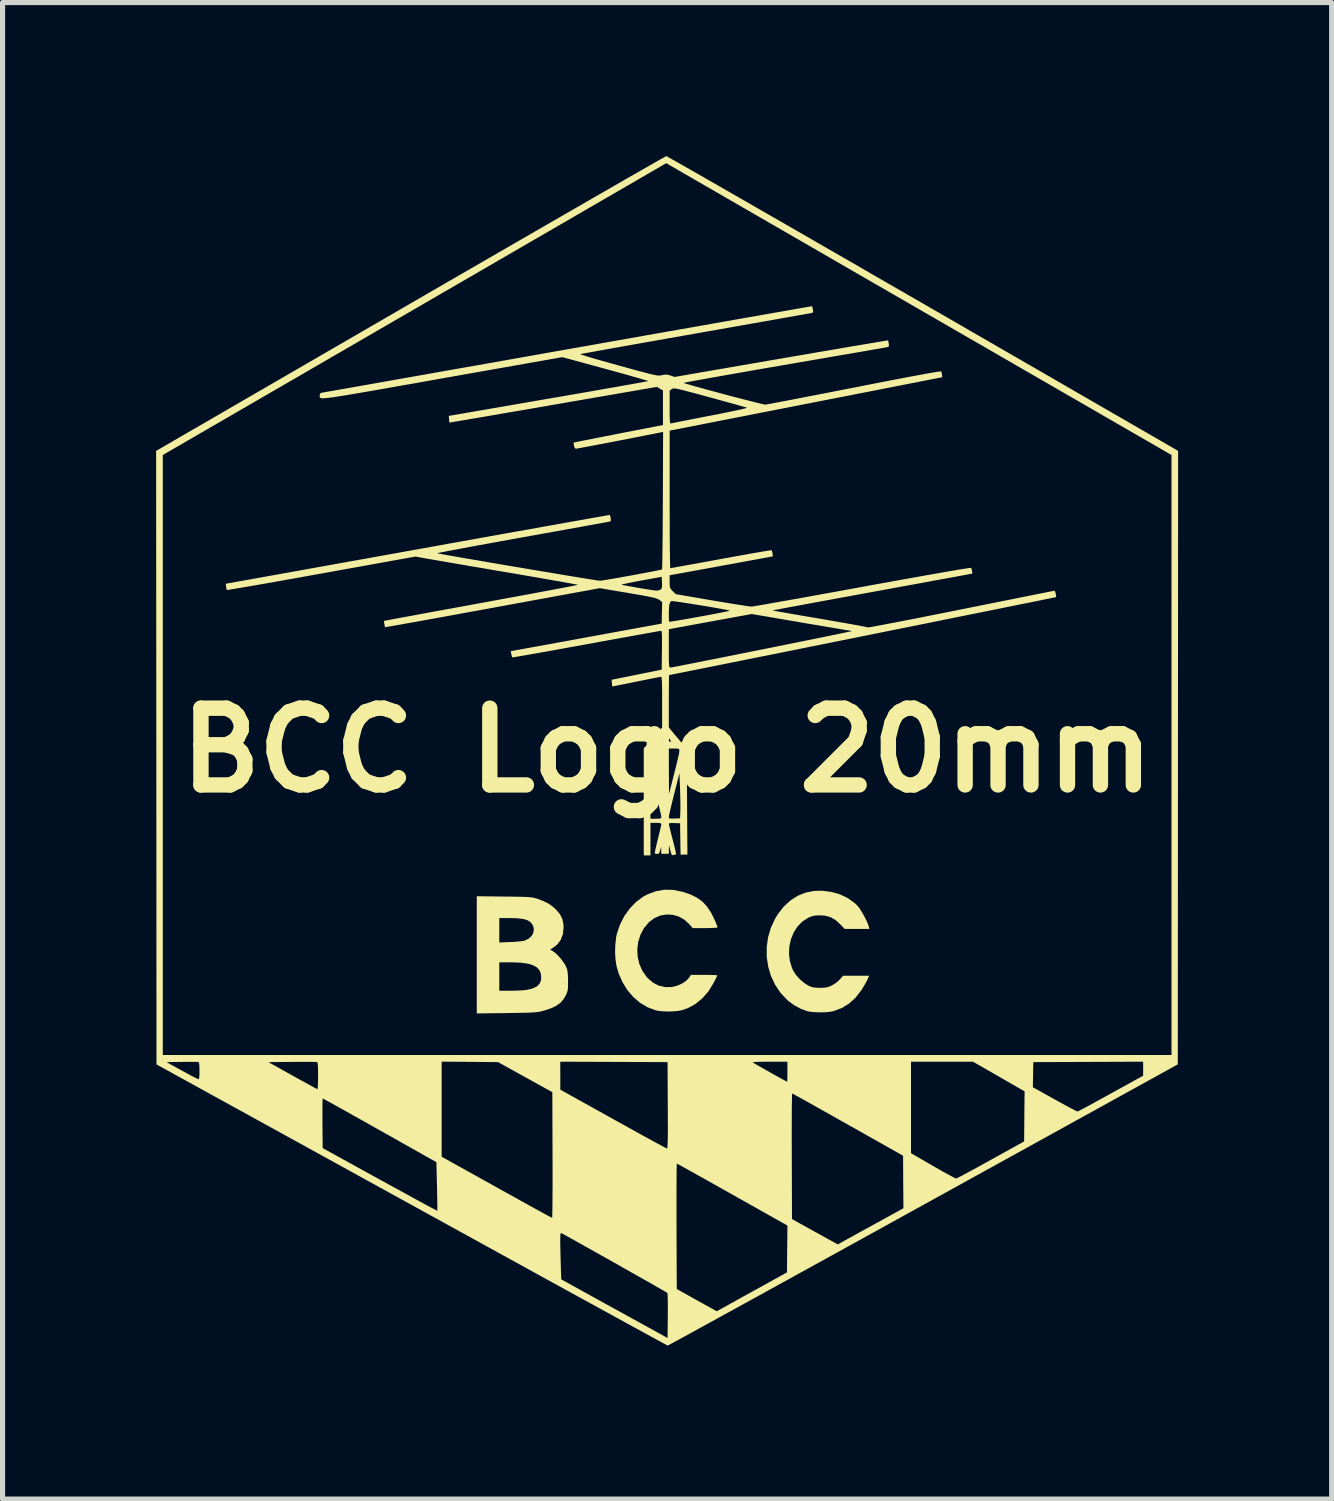
<source format=kicad_pcb>
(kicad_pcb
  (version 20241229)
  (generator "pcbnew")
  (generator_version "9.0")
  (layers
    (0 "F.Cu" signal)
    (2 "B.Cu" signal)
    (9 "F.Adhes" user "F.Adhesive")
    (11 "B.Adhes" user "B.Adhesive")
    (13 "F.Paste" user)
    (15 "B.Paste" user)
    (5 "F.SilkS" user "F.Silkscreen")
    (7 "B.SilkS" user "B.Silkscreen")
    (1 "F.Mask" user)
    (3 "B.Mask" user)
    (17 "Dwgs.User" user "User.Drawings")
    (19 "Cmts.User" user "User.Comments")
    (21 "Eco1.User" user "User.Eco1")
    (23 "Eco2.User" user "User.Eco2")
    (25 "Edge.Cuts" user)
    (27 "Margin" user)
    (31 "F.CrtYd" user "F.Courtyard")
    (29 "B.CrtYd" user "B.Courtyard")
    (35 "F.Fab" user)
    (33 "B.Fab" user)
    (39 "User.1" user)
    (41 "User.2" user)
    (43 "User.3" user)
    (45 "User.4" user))
  (footprint "BCC Logo 20mm"
    (layer "F.Cu")
    (at 9.983 11.606)
    (property "Reference" "BCC Logo 20mm" (at 0 0 0) (layer "F.SilkS") (effects (font (size 1.5 1.5) (thickness 0.3))))
    (attr board_only exclude_from_pos_files exclude_from_bom)
    (fp_poly (pts (xy 3.209 2.768) (xy 3.379 2.817) (xy 3.534 2.892) (xy 3.669 2.991) (xy 3.716 3.036) (xy 3.755 3.084) (xy 3.8 3.154) (xy 3.846 3.235) (xy 3.889 3.318) (xy 3.922 3.393) (xy 3.94 3.446) (xy 3.951 3.491) (xy 3.71 3.491) (xy 3.468 3.491) (xy 3.382 3.401) (xy 3.288 3.316) (xy 3.19 3.261) (xy 3.082 3.232) (xy 2.983 3.226) (xy 2.91 3.228) (xy 2.855 3.236) (xy 2.802 3.253) (xy 2.749 3.277) (xy 2.639 3.349) (xy 2.546 3.445) (xy 2.473 3.559) (xy 2.42 3.687) (xy 2.389 3.825) (xy 2.38 3.968) (xy 2.396 4.112) (xy 2.438 4.251) (xy 2.465 4.31) (xy 2.517 4.39) (xy 2.589 4.471) (xy 2.671 4.542) (xy 2.751 4.594) (xy 2.755 4.596) (xy 2.808 4.62) (xy 2.856 4.633) (xy 2.913 4.64) (xy 2.985 4.641) (xy 3.061 4.64) (xy 3.116 4.633) (xy 3.165 4.619) (xy 3.217 4.595) (xy 3.282 4.557) (xy 3.344 4.507) (xy 3.374 4.477) (xy 3.438 4.405) (xy 3.692 4.405) (xy 3.946 4.405) (xy 3.912 4.482) (xy 3.888 4.531) (xy 3.851 4.595) (xy 3.809 4.665) (xy 3.789 4.695) (xy 3.68 4.835) (xy 3.554 4.949) (xy 3.413 5.036) (xy 3.261 5.093) (xy 3.217 5.104) (xy 3.142 5.115) (xy 3.049 5.12) (xy 2.949 5.12) (xy 2.852 5.115) (xy 2.77 5.105) (xy 2.734 5.097) (xy 2.607 5.05) (xy 2.479 4.98) (xy 2.364 4.895) (xy 2.349 4.882) (xy 2.216 4.741) (xy 2.109 4.582) (xy 2.028 4.41) (xy 1.974 4.228) (xy 1.946 4.039) (xy 1.945 3.848) (xy 1.971 3.657) (xy 2.026 3.47) (xy 2.109 3.291) (xy 2.161 3.205) (xy 2.278 3.055) (xy 2.409 2.934) (xy 2.553 2.842) (xy 2.71 2.78) (xy 2.878 2.748) (xy 3.026 2.745)) (stroke (width 0) (type solid)) (fill yes) (layer "F.SilkS"))
    (fp_poly (pts (xy 0.12 2.729) (xy 0.298 2.765) (xy 0.304 2.766) (xy 0.458 2.819) (xy 0.585 2.882) (xy 0.691 2.959) (xy 0.78 3.056) (xy 0.859 3.176) (xy 0.905 3.266) (xy 0.938 3.337) (xy 0.963 3.397) (xy 0.98 3.441) (xy 0.985 3.462) (xy 0.985 3.462) (xy 0.966 3.467) (xy 0.922 3.47) (xy 0.856 3.473) (xy 0.776 3.475) (xy 0.737 3.475) (xy 0.498 3.475) (xy 0.431 3.397) (xy 0.335 3.309) (xy 0.226 3.249) (xy 0.108 3.215) (xy -0.014 3.209) (xy -0.135 3.23) (xy -0.249 3.279) (xy -0.353 3.357) (xy -0.357 3.361) (xy -0.452 3.474) (xy -0.521 3.603) (xy -0.565 3.743) (xy -0.583 3.888) (xy -0.576 4.034) (xy -0.543 4.176) (xy -0.484 4.309) (xy -0.4 4.429) (xy -0.368 4.463) (xy -0.27 4.545) (xy -0.166 4.598) (xy -0.048 4.625) (xy -0.024 4.628) (xy 0.083 4.626) (xy 0.19 4.602) (xy 0.29 4.559) (xy 0.375 4.502) (xy 0.432 4.438) (xy 0.465 4.388) (xy 0.722 4.388) (xy 0.809 4.389) (xy 0.884 4.391) (xy 0.94 4.393) (xy 0.973 4.396) (xy 0.979 4.399) (xy 0.972 4.416) (xy 0.953 4.457) (xy 0.925 4.512) (xy 0.901 4.557) (xy 0.804 4.715) (xy 0.687 4.848) (xy 0.554 4.956) (xy 0.408 5.037) (xy 0.282 5.08) (xy 0.198 5.095) (xy 0.095 5.103) (xy -0.016 5.104) (xy -0.121 5.098) (xy -0.209 5.085) (xy -0.226 5.08) (xy -0.382 5.022) (xy -0.528 4.935) (xy -0.659 4.823) (xy -0.775 4.688) (xy -0.871 4.534) (xy -0.946 4.365) (xy -0.989 4.217) (xy -1.009 4.086) (xy -1.017 3.94) (xy -1.012 3.791) (xy -0.996 3.652) (xy -0.981 3.581) (xy -0.92 3.403) (xy -0.835 3.238) (xy -0.729 3.09) (xy -0.606 2.963) (xy -0.467 2.86) (xy -0.383 2.815) (xy -0.22 2.754) (xy -0.053 2.725)) (stroke (width 0) (type solid)) (fill yes) (layer "F.SilkS"))
    (fp_poly (pts (xy -3.185 2.859) (xy -3.038 2.86) (xy -2.919 2.862) (xy -2.825 2.864) (xy -2.751 2.867) (xy -2.694 2.871) (xy -2.649 2.875) (xy -2.612 2.881) (xy -2.58 2.889) (xy -2.547 2.899) (xy -2.537 2.902) (xy -2.417 2.947) (xy -2.321 2.994) (xy -2.239 3.051) (xy -2.169 3.114) (xy -2.095 3.203) (xy -2.048 3.295) (xy -2.026 3.399) (xy -2.023 3.467) (xy -2.037 3.593) (xy -2.077 3.702) (xy -2.145 3.793) (xy -2.214 3.849) (xy -2.286 3.897) (xy -2.24 3.921) (xy -2.189 3.957) (xy -2.13 4.013) (xy -2.071 4.08) (xy -2.019 4.15) (xy -1.981 4.214) (xy -1.98 4.217) (xy -1.961 4.261) (xy -1.949 4.304) (xy -1.942 4.353) (xy -1.938 4.419) (xy -1.936 4.499) (xy -1.936 4.584) (xy -1.938 4.644) (xy -1.943 4.69) (xy -1.954 4.728) (xy -1.97 4.769) (xy -1.975 4.78) (xy -2.023 4.863) (xy -2.082 4.932) (xy -2.159 4.988) (xy -2.256 5.037) (xy -2.38 5.079) (xy -2.431 5.094) (xy -2.466 5.103) (xy -2.503 5.11) (xy -2.545 5.116) (xy -2.596 5.121) (xy -2.659 5.125) (xy -2.74 5.128) (xy -2.841 5.13) (xy -2.966 5.132) (xy -3.12 5.134) (xy -3.136 5.135) (xy -3.719 5.142) (xy -3.719 4.144) (xy -3.279 4.144) (xy -3.279 4.421) (xy -3.279 4.698) (xy -3.054 4.698) (xy -2.961 4.697) (xy -2.871 4.693) (xy -2.793 4.688) (xy -2.736 4.681) (xy -2.732 4.68) (xy -2.624 4.653) (xy -2.545 4.615) (xy -2.493 4.564) (xy -2.465 4.498) (xy -2.46 4.438) (xy -2.469 4.357) (xy -2.5 4.29) (xy -2.552 4.237) (xy -2.629 4.197) (xy -2.731 4.168) (xy -2.861 4.151) (xy -3.02 4.144) (xy -3.061 4.144) (xy -3.279 4.144) (xy -3.719 4.144) (xy -3.719 3.997) (xy -3.719 3.279) (xy -3.279 3.279) (xy -3.279 3.518) (xy -3.279 3.756) (xy -3.063 3.747) (xy -2.976 3.743) (xy -2.896 3.736) (xy -2.831 3.729) (xy -2.789 3.721) (xy -2.786 3.72) (xy -2.707 3.683) (xy -2.647 3.628) (xy -2.612 3.562) (xy -2.605 3.489) (xy -2.611 3.456) (xy -2.637 3.397) (xy -2.678 3.351) (xy -2.737 3.318) (xy -2.819 3.296) (xy -2.926 3.283) (xy -3.061 3.279) (xy -3.07 3.279) (xy -3.279 3.279) (xy -3.719 3.279) (xy -3.719 2.852)) (stroke (width 0) (type solid)) (fill yes) (layer "F.SilkS"))
    (fp_poly (pts (xy 0.000095 -11.598) (xy 0.043 -11.574) (xy 0.113 -11.535) (xy 0.208 -11.481) (xy 0.326 -11.414) (xy 0.468 -11.333) (xy 0.633 -11.239) (xy 0.818 -11.133) (xy 1.024 -11.015) (xy 1.248 -10.886) (xy 1.491 -10.747) (xy 1.751 -10.597) (xy 2.027 -10.439) (xy 2.318 -10.271) (xy 2.623 -10.096) (xy 2.941 -9.912) (xy 3.271 -9.722) (xy 3.612 -9.526) (xy 3.963 -9.323) (xy 4.323 -9.115) (xy 4.691 -8.903) (xy 4.997 -8.727) (xy 9.982 -5.848) (xy 9.979 0.144) (xy 9.976 6.137) (xy 5.002 8.884) (xy 4.627 9.091) (xy 4.259 9.294) (xy 3.899 9.493) (xy 3.549 9.686) (xy 3.209 9.874) (xy 2.88 10.055) (xy 2.564 10.229) (xy 2.261 10.396) (xy 1.973 10.555) (xy 1.7 10.705) (xy 1.444 10.846) (xy 1.206 10.977) (xy 0.985 11.098) (xy 0.785 11.208) (xy 0.605 11.307) (xy 0.447 11.394) (xy 0.312 11.468) (xy 0.2 11.529) (xy 0.113 11.576) (xy 0.052 11.609) (xy 0.018 11.627) (xy 0.01 11.63) (xy -0.005 11.622) (xy -0.048 11.599) (xy -0.118 11.562) (xy -0.213 11.51) (xy -0.332 11.445) (xy -0.475 11.366) (xy -0.641 11.276) (xy -0.827 11.174) (xy -1.034 11.06) (xy -1.261 10.936) (xy -1.505 10.801) (xy -1.767 10.658) (xy -2.045 10.505) (xy -2.339 10.344) (xy -2.646 10.175) (xy -2.967 9.998) (xy -3.3 9.815) (xy -3.643 9.626) (xy -3.804 9.537) (xy -2.088 9.537) (xy -2.088 9.607) (xy -2.087 9.702) (xy -2.084 9.825) (xy -2.083 9.878) (xy -2.08 9.996) (xy -2.077 10.103) (xy -2.074 10.195) (xy -2.071 10.267) (xy -2.069 10.316) (xy -2.067 10.337) (xy -2.067 10.337) (xy -2.052 10.346) (xy -2.011 10.369) (xy -1.945 10.405) (xy -1.858 10.453) (xy -1.752 10.512) (xy -1.628 10.581) (xy -1.489 10.657) (xy -1.338 10.741) (xy -1.176 10.83) (xy -1.027 10.912) (xy 0.008 11.482) (xy 0.013 11.048) (xy 0.013 10.932) (xy 0.013 10.827) (xy 0.012 10.737) (xy 0.01 10.666) (xy 0.007 10.62) (xy 0.004 10.602) (xy -0.012 10.592) (xy -0.053 10.567) (xy -0.118 10.53) (xy -0.203 10.482) (xy -0.305 10.423) (xy -0.422 10.357) (xy -0.551 10.284) (xy -0.689 10.206) (xy -0.834 10.124) (xy -0.982 10.04) (xy -1.131 9.956) (xy -1.279 9.873) (xy -1.421 9.793) (xy -1.557 9.717) (xy -1.682 9.647) (xy -1.794 9.584) (xy -1.891 9.53) (xy -1.969 9.487) (xy -2.026 9.455) (xy -2.06 9.437) (xy -2.067 9.434) (xy -2.075 9.433) (xy -2.081 9.44) (xy -2.085 9.457) (xy -2.087 9.488) (xy -2.088 9.537) (xy -3.804 9.537) (xy -3.997 9.431) (xy -4.36 9.231) (xy -4.731 9.027) (xy -4.992 8.883) (xy -8.18 7.127) (xy -6.734 7.127) (xy -6.734 7.246) (xy -6.734 7.288) (xy -6.729 7.773) (xy -5.612 8.388) (xy -5.436 8.485) (xy -5.268 8.576) (xy -5.111 8.662) (xy -4.967 8.741) (xy -4.838 8.812) (xy -4.726 8.873) (xy -4.633 8.923) (xy -4.561 8.961) (xy -4.513 8.986) (xy -4.491 8.997) (xy -4.49 8.998) (xy -4.489 8.981) (xy -4.489 8.935) (xy -4.49 8.866) (xy -4.491 8.775) (xy -4.493 8.669) (xy -4.495 8.551) (xy -4.496 8.52) (xy -4.508 8.048) (xy -5.613 7.425) (xy -5.787 7.327) (xy -5.954 7.233) (xy -6.11 7.146) (xy -6.253 7.065) (xy -6.382 6.994) (xy -6.494 6.931) (xy -6.586 6.88) (xy -6.657 6.841) (xy -6.705 6.815) (xy -6.727 6.803) (xy -6.728 6.803) (xy -6.73 6.818) (xy -6.732 6.863) (xy -6.734 6.931) (xy -6.734 7.021) (xy -6.734 7.127) (xy -8.18 7.127) (xy -9.976 6.138) (xy -9.976 6.093) (xy -9.78 6.093) (xy -9.478 6.26) (xy -9.387 6.309) (xy -9.306 6.353) (xy -9.237 6.389) (xy -9.187 6.414) (xy -9.159 6.426) (xy -9.156 6.427) (xy -9.146 6.417) (xy -9.14 6.386) (xy -9.136 6.328) (xy -9.136 6.264) (xy -9.137 6.181) (xy -9.142 6.127) (xy -9.15 6.099) (xy -9.156 6.093) (xy -7.789 6.093) (xy -7.316 6.357) (xy -7.203 6.42) (xy -7.098 6.478) (xy -7.006 6.529) (xy -6.93 6.57) (xy -6.874 6.601) (xy -6.84 6.618) (xy -6.831 6.622) (xy -6.827 6.607) (xy -6.824 6.565) (xy -6.821 6.501) (xy -6.819 6.421) (xy -6.819 6.362) (xy -6.82 6.256) (xy -6.822 6.18) (xy -6.826 6.13) (xy -6.832 6.101) (xy -6.84 6.092) (xy -6.861 6.09) (xy -6.91 6.089) (xy -6.983 6.088) (xy -7.076 6.088) (xy -7.185 6.088) (xy -7.304 6.089) (xy -7.325 6.089) (xy -7.789 6.093) (xy -9.156 6.093) (xy -9.156 6.092) (xy -9.179 6.09) (xy -9.228 6.088) (xy -9.299 6.088) (xy -9.386 6.088) (xy -9.479 6.089) (xy -9.78 6.093) (xy -9.976 6.093) (xy -9.976 6.084) (xy -4.405 6.084) (xy -4.405 7.013) (xy -4.405 7.941) (xy -3.332 8.538) (xy -3.16 8.634) (xy -2.996 8.725) (xy -2.842 8.811) (xy -2.701 8.888) (xy -2.575 8.958) (xy -2.466 9.018) (xy -2.377 9.067) (xy -2.309 9.103) (xy -2.265 9.127) (xy -2.247 9.135) (xy -2.247 9.136) (xy -2.245 9.12) (xy -2.244 9.074) (xy -2.242 9) (xy -2.241 8.904) (xy 0.183 8.904) (xy 0.183 9.09) (xy 0.183 9.286) (xy 0.183 9.3) (xy 0.188 10.525) (xy 0.578 10.743) (xy 0.969 10.96) (xy 1.068 10.905) (xy 1.104 10.885) (xy 1.165 10.852) (xy 1.247 10.806) (xy 1.346 10.751) (xy 1.459 10.688) (xy 1.583 10.62) (xy 1.713 10.548) (xy 1.754 10.526) (xy 2.341 10.201) (xy 2.345 9.744) (xy 2.35 9.286) (xy 1.275 8.681) (xy 1.102 8.584) (xy 0.938 8.492) (xy 0.785 8.405) (xy 0.644 8.327) (xy 0.518 8.256) (xy 0.409 8.196) (xy 0.32 8.146) (xy 0.252 8.108) (xy 0.208 8.085) (xy 0.19 8.075) (xy 0.19 8.075) (xy 0.188 8.091) (xy 0.187 8.137) (xy 0.185 8.211) (xy 0.184 8.309) (xy 0.184 8.43) (xy 0.183 8.572) (xy 0.183 8.73) (xy 0.183 8.904) (xy -2.241 8.904) (xy -2.241 8.901) (xy -2.24 8.78) (xy -2.239 8.639) (xy -2.238 8.48) (xy -2.238 8.306) (xy -2.238 8.12) (xy -2.239 7.924) (xy -2.239 7.908) (xy -2.243 6.68) (xy -2.773 6.387) (xy -3.303 6.093) (xy -3.854 6.088) (xy -4.288 6.085) (xy -2.088 6.085) (xy -2.087 6.358) (xy -2.087 6.631) (xy -1.056 7.205) (xy -0.886 7.299) (xy -0.725 7.388) (xy -0.575 7.472) (xy -0.437 7.548) (xy -0.314 7.615) (xy -0.208 7.673) (xy -0.122 7.719) (xy -0.057 7.754) (xy -0.017 7.774) (xy -0.004 7.78) (xy 0.001 7.774) (xy 0.005 7.755) (xy 0.008 7.72) (xy 0.01 7.666) (xy 0.012 7.593) (xy 0.013 7.534) (xy 2.434 7.534) (xy 2.434 7.72) (xy 2.435 7.916) (xy 2.435 7.932) (xy 2.439 9.159) (xy 2.886 9.407) (xy 3.334 9.654) (xy 3.433 9.599) (xy 3.47 9.578) (xy 3.531 9.544) (xy 3.614 9.499) (xy 3.713 9.444) (xy 3.825 9.382) (xy 3.947 9.316) (xy 4.073 9.246) (xy 4.074 9.246) (xy 4.616 8.948) (xy 4.612 8.435) (xy 4.609 7.922) (xy 3.532 7.314) (xy 3.359 7.217) (xy 3.195 7.124) (xy 3.041 7.038) (xy 2.9 6.959) (xy 2.774 6.888) (xy 2.665 6.827) (xy 2.575 6.777) (xy 2.507 6.74) (xy 2.462 6.715) (xy 2.443 6.706) (xy 2.443 6.706) (xy 2.441 6.721) (xy 2.439 6.767) (xy 2.438 6.841) (xy 2.436 6.939) (xy 2.435 7.06) (xy 2.435 7.202) (xy 2.434 7.36) (xy 2.434 7.534) (xy 0.013 7.534) (xy 0.013 7.496) (xy 0.014 7.375) (xy 0.013 7.227) (xy 0.013 7.05) (xy 0.012 6.937) (xy 0.008 6.099) (xy 1.673 6.099) (xy 1.673 6.1) (xy 1.69 6.11) (xy 1.73 6.134) (xy 1.789 6.168) (xy 1.861 6.209) (xy 1.942 6.254) (xy 2.027 6.302) (xy 2.11 6.349) (xy 2.188 6.392) (xy 2.256 6.429) (xy 2.307 6.457) (xy 2.338 6.473) (xy 2.345 6.476) (xy 2.347 6.461) (xy 2.348 6.42) (xy 2.349 6.358) (xy 2.349 6.283) (xy 2.349 6.281) (xy 2.349 6.085) (xy 4.764 6.085) (xy 4.764 6.979) (xy 4.764 7.872) (xy 5.192 8.12) (xy 5.3 8.182) (xy 5.399 8.238) (xy 5.487 8.286) (xy 5.559 8.325) (xy 5.611 8.352) (xy 5.64 8.366) (xy 5.644 8.367) (xy 5.663 8.359) (xy 5.708 8.337) (xy 5.775 8.302) (xy 5.861 8.256) (xy 5.965 8.2) (xy 6.081 8.137) (xy 6.209 8.066) (xy 6.321 8.004) (xy 6.974 7.642) (xy 6.978 7.153) (xy 6.983 6.664) (xy 6.843 6.584) (xy 7.144 6.584) (xy 7.573 6.822) (xy 7.681 6.882) (xy 7.78 6.936) (xy 7.867 6.983) (xy 7.938 7.02) (xy 7.988 7.045) (xy 8.015 7.057) (xy 8.019 7.058) (xy 8.036 7.05) (xy 8.079 7.027) (xy 8.145 6.993) (xy 8.23 6.947) (xy 8.332 6.891) (xy 8.447 6.828) (xy 8.573 6.759) (xy 8.667 6.707) (xy 9.299 6.359) (xy 9.299 6.222) (xy 9.299 6.085) (xy 8.226 6.089) (xy 7.153 6.093) (xy 7.149 6.338) (xy 7.144 6.584) (xy 6.843 6.584) (xy 6.479 6.374) (xy 5.975 6.085) (xy 5.369 6.085) (xy 4.764 6.085) (xy 2.349 6.085) (xy 2.003 6.085) (xy 1.89 6.086) (xy 1.797 6.087) (xy 1.728 6.09) (xy 1.686 6.094) (xy 1.673 6.099) (xy 0.008 6.099) (xy 0.008 6.093) (xy -1.04 6.089) (xy -2.088 6.085) (xy -4.288 6.085) (xy -4.405 6.084) (xy -9.976 6.084) (xy -9.976 5.954) (xy -9.853 5.954) (xy 0 5.954) (xy 9.853 5.954) (xy 9.853 0.094) (xy 9.853 -5.767) (xy 4.917 -8.617) (xy -0.018 -11.468) (xy -4.936 -8.617) (xy -9.853 -5.767) (xy -9.853 0.094) (xy -9.853 5.954) (xy -9.976 5.954) (xy -9.979 0.145) (xy -9.983 -5.848) (xy -5.013 -8.728) (xy -4.64 -8.944) (xy -4.274 -9.156) (xy -3.916 -9.363) (xy -3.568 -9.564) (xy -3.229 -9.76) (xy -2.902 -9.949) (xy -2.587 -10.131) (xy -2.285 -10.305) (xy -1.998 -10.471) (xy -1.725 -10.628) (xy -1.469 -10.776) (xy -1.23 -10.913) (xy -1.01 -11.04) (xy -0.809 -11.156) (xy -0.628 -11.259) (xy -0.468 -11.351) (xy -0.331 -11.429) (xy -0.217 -11.494) (xy -0.128 -11.545) (xy -0.064 -11.58) (xy -0.026 -11.601) (xy -0.016 -11.606)) (stroke (width 0) (type solid)) (fill yes) (layer "F.SilkS"))
    (fp_poly (pts (xy 2.837 -8.657) (xy 2.845 -8.621) (xy 2.847 -8.61) (xy 2.852 -8.57) (xy 2.845 -8.55) (xy 2.82 -8.541) (xy 2.82 -8.541) (xy 2.799 -8.537) (xy 2.749 -8.528) (xy 2.67 -8.514) (xy 2.564 -8.495) (xy 2.434 -8.472) (xy 2.281 -8.445) (xy 2.107 -8.414) (xy 1.914 -8.38) (xy 1.704 -8.343) (xy 1.478 -8.303) (xy 1.239 -8.261) (xy 0.989 -8.216) (xy 0.729 -8.171) (xy 0.555 -8.14) (xy 0.289 -8.093) (xy 0.033 -8.048) (xy -0.213 -8.004) (xy -0.447 -7.963) (xy -0.666 -7.924) (xy -0.87 -7.888) (xy -1.055 -7.855) (xy -1.221 -7.825) (xy -1.365 -7.799) (xy -1.486 -7.777) (xy -1.581 -7.76) (xy -1.649 -7.748) (xy -1.688 -7.74) (xy -1.697 -7.738) (xy -1.686 -7.732) (xy -1.647 -7.719) (xy -1.583 -7.698) (xy -1.495 -7.672) (xy -1.388 -7.64) (xy -1.264 -7.605) (xy -1.125 -7.566) (xy -0.975 -7.524) (xy -0.954 -7.518) (xy -0.779 -7.47) (xy -0.633 -7.43) (xy -0.512 -7.397) (xy -0.414 -7.371) (xy -0.336 -7.351) (xy -0.275 -7.337) (xy -0.227 -7.327) (xy -0.191 -7.321) (xy -0.164 -7.319) (xy -0.141 -7.32) (xy -0.121 -7.323) (xy -0.101 -7.327) (xy -0.1 -7.327) (xy -0.041 -7.338) (xy 0.004 -7.337) (xy 0.055 -7.323) (xy 0.066 -7.32) (xy 0.144 -7.292) (xy 2.227 -7.652) (xy 2.483 -7.696) (xy 2.73 -7.738) (xy 2.967 -7.779) (xy 3.19 -7.817) (xy 3.399 -7.853) (xy 3.591 -7.886) (xy 3.765 -7.915) (xy 3.918 -7.941) (xy 4.05 -7.963) (xy 4.157 -7.981) (xy 4.238 -7.995) (xy 4.291 -8.003) (xy 4.314 -8.006) (xy 4.315 -8.006) (xy 4.32 -7.989) (xy 4.328 -7.952) (xy 4.329 -7.942) (xy 4.334 -7.902) (xy 4.326 -7.883) (xy 4.303 -7.875) (xy 4.283 -7.871) (xy 4.232 -7.862) (xy 4.153 -7.848) (xy 4.048 -7.83) (xy 3.919 -7.807) (xy 3.767 -7.781) (xy 3.596 -7.751) (xy 3.406 -7.719) (xy 3.2 -7.683) (xy 2.979 -7.645) (xy 2.747 -7.605) (xy 2.504 -7.563) (xy 2.289 -7.526) (xy 2.04 -7.483) (xy 1.8 -7.442) (xy 1.571 -7.402) (xy 1.356 -7.364) (xy 1.155 -7.329) (xy 0.972 -7.296) (xy 0.807 -7.267) (xy 0.663 -7.241) (xy 0.542 -7.219) (xy 0.446 -7.201) (xy 0.376 -7.188) (xy 0.334 -7.179) (xy 0.323 -7.176) (xy 0.342 -7.168) (xy 0.39 -7.154) (xy 0.461 -7.133) (xy 0.553 -7.107) (xy 0.662 -7.077) (xy 0.783 -7.043) (xy 0.914 -7.008) (xy 1.051 -6.971) (xy 1.189 -6.934) (xy 1.326 -6.898) (xy 1.457 -6.864) (xy 1.579 -6.833) (xy 1.687 -6.805) (xy 1.779 -6.782) (xy 1.851 -6.765) (xy 1.898 -6.754) (xy 1.917 -6.751) (xy 1.939 -6.755) (xy 1.992 -6.764) (xy 2.071 -6.779) (xy 2.177 -6.799) (xy 2.306 -6.823) (xy 2.456 -6.852) (xy 2.625 -6.885) (xy 2.81 -6.921) (xy 3.011 -6.96) (xy 3.224 -7.001) (xy 3.447 -7.045) (xy 3.654 -7.085) (xy 3.962 -7.146) (xy 4.238 -7.2) (xy 4.483 -7.247) (xy 4.697 -7.288) (xy 4.881 -7.322) (xy 5.033 -7.35) (xy 5.156 -7.372) (xy 5.249 -7.388) (xy 5.312 -7.397) (xy 5.347 -7.4) (xy 5.353 -7.4) (xy 5.363 -7.371) (xy 5.37 -7.334) (xy 5.375 -7.287) (xy 3.32 -6.884) (xy 3.052 -6.832) (xy 2.785 -6.779) (xy 2.521 -6.728) (xy 2.263 -6.677) (xy 2.012 -6.628) (xy 1.773 -6.581) (xy 1.548 -6.537) (xy 1.339 -6.496) (xy 1.149 -6.459) (xy 0.981 -6.426) (xy 0.838 -6.398) (xy 0.722 -6.375) (xy 0.657 -6.362) (xy 0.049 -6.244) (xy 0.049 -4.9) (xy 0.049 -4.694) (xy 0.05 -4.497) (xy 0.05 -4.313) (xy 0.051 -4.143) (xy 0.052 -3.989) (xy 0.054 -3.856) (xy 0.055 -3.743) (xy 0.057 -3.655) (xy 0.059 -3.594) (xy 0.06 -3.561) (xy 0.061 -3.556) (xy 0.079 -3.559) (xy 0.126 -3.567) (xy 0.2 -3.581) (xy 0.297 -3.598) (xy 0.416 -3.62) (xy 0.552 -3.644) (xy 0.703 -3.672) (xy 0.867 -3.702) (xy 1.041 -3.734) (xy 1.05 -3.736) (xy 1.224 -3.767) (xy 1.389 -3.797) (xy 1.541 -3.824) (xy 1.678 -3.849) (xy 1.798 -3.869) (xy 1.896 -3.886) (xy 1.971 -3.898) (xy 2.02 -3.905) (xy 2.039 -3.907) (xy 2.039 -3.907) (xy 2.05 -3.887) (xy 2.058 -3.848) (xy 2.058 -3.843) (xy 2.065 -3.787) (xy 1.893 -3.755) (xy 1.843 -3.746) (xy 1.765 -3.731) (xy 1.662 -3.713) (xy 1.539 -3.69) (xy 1.399 -3.664) (xy 1.246 -3.636) (xy 1.084 -3.607) (xy 0.917 -3.576) (xy 0.885 -3.57) (xy 0.049 -3.418) (xy 0.049 -3.293) (xy 0.05 -3.229) (xy 0.054 -3.187) (xy 0.066 -3.158) (xy 0.087 -3.13) (xy 0.109 -3.108) (xy 0.168 -3.049) (xy 0.879 -2.927) (xy 1.03 -2.902) (xy 1.172 -2.878) (xy 1.302 -2.857) (xy 1.417 -2.839) (xy 1.513 -2.824) (xy 1.586 -2.813) (xy 1.633 -2.807) (xy 1.648 -2.806) (xy 1.67 -2.809) (xy 1.723 -2.817) (xy 1.805 -2.831) (xy 1.912 -2.849) (xy 2.044 -2.873) (xy 2.198 -2.9) (xy 2.372 -2.931) (xy 2.566 -2.965) (xy 2.775 -3.003) (xy 2.999 -3.044) (xy 3.236 -3.086) (xy 3.484 -3.132) (xy 3.74 -3.178) (xy 3.814 -3.192) (xy 4.103 -3.245) (xy 4.377 -3.294) (xy 4.633 -3.341) (xy 4.871 -3.383) (xy 5.088 -3.422) (xy 5.284 -3.456) (xy 5.457 -3.487) (xy 5.605 -3.512) (xy 5.728 -3.533) (xy 5.824 -3.548) (xy 5.892 -3.558) (xy 5.93 -3.563) (xy 5.937 -3.563) (xy 5.949 -3.537) (xy 5.957 -3.499) (xy 5.963 -3.451) (xy 5.555 -3.375) (xy 5.478 -3.361) (xy 5.373 -3.342) (xy 5.241 -3.318) (xy 5.087 -3.289) (xy 4.913 -3.257) (xy 4.721 -3.222) (xy 4.516 -3.185) (xy 4.3 -3.145) (xy 4.076 -3.104) (xy 3.847 -3.062) (xy 3.616 -3.02) (xy 3.602 -3.017) (xy 3.382 -2.977) (xy 3.172 -2.938) (xy 2.973 -2.902) (xy 2.788 -2.868) (xy 2.619 -2.836) (xy 2.469 -2.808) (xy 2.338 -2.784) (xy 2.23 -2.764) (xy 2.147 -2.748) (xy 2.09 -2.737) (xy 2.063 -2.731) (xy 2.061 -2.73) (xy 2.077 -2.727) (xy 2.123 -2.718) (xy 2.195 -2.705) (xy 2.291 -2.689) (xy 2.407 -2.668) (xy 2.541 -2.645) (xy 2.691 -2.619) (xy 2.852 -2.592) (xy 2.986 -2.569) (xy 3.155 -2.54) (xy 3.315 -2.512) (xy 3.462 -2.486) (xy 3.594 -2.463) (xy 3.707 -2.442) (xy 3.8 -2.425) (xy 3.868 -2.412) (xy 3.909 -2.403) (xy 3.92 -2.399) (xy 3.938 -2.401) (xy 3.985 -2.408) (xy 4.06 -2.422) (xy 4.161 -2.44) (xy 4.286 -2.464) (xy 4.433 -2.492) (xy 4.6 -2.524) (xy 4.784 -2.56) (xy 4.984 -2.599) (xy 5.198 -2.642) (xy 5.424 -2.687) (xy 5.659 -2.734) (xy 5.745 -2.751) (xy 5.983 -2.799) (xy 6.212 -2.845) (xy 6.43 -2.889) (xy 6.636 -2.93) (xy 6.826 -2.968) (xy 6.999 -3.003) (xy 7.153 -3.034) (xy 7.286 -3.06) (xy 7.396 -3.082) (xy 7.481 -3.099) (xy 7.538 -3.11) (xy 7.566 -3.115) (xy 7.569 -3.116) (xy 7.578 -3.102) (xy 7.588 -3.069) (xy 7.596 -3.03) (xy 7.599 -3) (xy 7.596 -2.991) (xy 7.58 -2.987) (xy 7.534 -2.978) (xy 7.459 -2.962) (xy 7.357 -2.942) (xy 7.231 -2.916) (xy 7.08 -2.885) (xy 6.908 -2.851) (xy 6.716 -2.812) (xy 6.505 -2.769) (xy 6.277 -2.723) (xy 6.035 -2.674) (xy 5.779 -2.623) (xy 5.512 -2.569) (xy 5.235 -2.513) (xy 4.95 -2.455) (xy 4.658 -2.396) (xy 4.361 -2.337) (xy 4.062 -2.276) (xy 3.761 -2.216) (xy 3.46 -2.155) (xy 3.161 -2.095) (xy 2.866 -2.036) (xy 2.577 -1.977) (xy 2.294 -1.92) (xy 2.021 -1.865) (xy 1.758 -1.813) (xy 1.507 -1.762) (xy 1.27 -1.715) (xy 1.049 -1.67) (xy 0.845 -1.629) (xy 0.66 -1.592) (xy 0.495 -1.559) (xy 0.354 -1.531) (xy 0.236 -1.507) (xy 0.144 -1.489) (xy 0.08 -1.476) (xy 0.045 -1.469) (xy 0.038 -1.468) (xy 0.037 -1.453) (xy 0.036 -1.408) (xy 0.035 -1.339) (xy 0.034 -1.249) (xy 0.033 -1.142) (xy 0.033 -1.021) (xy 0.033 -0.956) (xy 0.033 -0.443) (xy 0.207 -0.235) (xy 0.382 -0.026) (xy 0.389 1.006) (xy 0.396 2.039) (xy 0.329 2.039) (xy 0.262 2.039) (xy 0.257 1.733) (xy 0.253 1.427) (xy 0.143 1.423) (xy 0.079 1.422) (xy 0.043 1.427) (xy 0.033 1.438) (xy 0.037 1.459) (xy 0.048 1.507) (xy 0.064 1.575) (xy 0.085 1.659) (xy 0.107 1.742) (xy 0.131 1.833) (xy 0.15 1.913) (xy 0.165 1.976) (xy 0.174 2.017) (xy 0.176 2.031) (xy 0.158 2.039) (xy 0.129 2.047) (xy 0.107 2.051) (xy 0.091 2.043) (xy 0.079 2.018) (xy 0.065 1.968) (xy 0.062 1.955) (xy 0.036 1.852) (xy 0.034 1.937) (xy 0.033 2.023) (xy -0.041 2.023) (xy -0.114 2.023) (xy -0.116 1.954) (xy -0.117 1.884) (xy -0.137 1.958) (xy -0.152 2.003) (xy -0.168 2.023) (xy -0.191 2.027) (xy -0.196 2.027) (xy -0.229 2.02) (xy -0.242 2.015) (xy -0.24 1.997) (xy -0.232 1.954) (xy -0.218 1.889) (xy -0.199 1.809) (xy -0.182 1.738) (xy -0.159 1.648) (xy -0.14 1.567) (xy -0.125 1.502) (xy -0.116 1.459) (xy -0.114 1.444) (xy -0.121 1.43) (xy -0.146 1.422) (xy -0.194 1.419) (xy -0.22 1.419) (xy -0.326 1.419) (xy -0.326 1.737) (xy -0.326 2.055) (xy -0.392 2.055) (xy -0.457 2.055) (xy -0.457 1.338) (xy -0.326 1.338) (xy -0.22 1.338) (xy -0.163 1.337) (xy -0.131 1.333) (xy -0.118 1.323) (xy -0.114 1.304) (xy -0.114 1.302) (xy 0.033 1.302) (xy 0.035 1.321) (xy 0.045 1.332) (xy 0.072 1.336) (xy 0.121 1.335) (xy 0.143 1.334) (xy 0.253 1.33) (xy 0.258 1.191) (xy 0.259 1.128) (xy 0.259 1.041) (xy 0.257 0.938) (xy 0.254 0.83) (xy 0.252 0.75) (xy 0.24 0.449) (xy 0.137 0.856) (xy 0.109 0.969) (xy 0.083 1.072) (xy 0.062 1.162) (xy 0.046 1.233) (xy 0.036 1.282) (xy 0.033 1.302) (xy -0.114 1.302) (xy -0.114 1.299) (xy -0.118 1.275) (xy -0.129 1.226) (xy -0.145 1.155) (xy -0.166 1.069) (xy -0.189 0.974) (xy -0.214 0.873) (xy -0.238 0.774) (xy -0.262 0.681) (xy -0.283 0.599) (xy -0.301 0.535) (xy -0.313 0.493) (xy -0.317 0.481) (xy -0.319 0.492) (xy -0.321 0.532) (xy -0.322 0.597) (xy -0.323 0.682) (xy -0.324 0.783) (xy -0.325 0.897) (xy -0.325 0.901) (xy -0.326 1.338) (xy -0.457 1.338) (xy -0.457 1.01) (xy -0.457 0.012) (xy -0.326 0.012) (xy -0.322 0.039) (xy -0.311 0.092) (xy -0.295 0.165) (xy -0.274 0.254) (xy -0.25 0.352) (xy -0.224 0.456) (xy -0.198 0.558) (xy -0.173 0.654) (xy -0.15 0.738) (xy -0.131 0.805) (xy -0.127 0.821) (xy -0.121 0.838) (xy -0.116 0.842) (xy -0.112 0.83) (xy -0.109 0.799) (xy -0.106 0.747) (xy -0.105 0.67) (xy -0.103 0.566) (xy -0.102 0.449) (xy -0.101 0.332) (xy -0.101 0.224) (xy -0.101 0.132) (xy -0.102 0.059) (xy -0.103 0.009) (xy -0.105 -0.012) (xy -0.105 -0.012) (xy -0.128 -0.025) (xy -0.182 -0.032) (xy -0.22 -0.033) (xy 0.033 -0.033) (xy 0.034 0.412) (xy 0.036 0.856) (xy 0.14 0.449) (xy 0.168 0.336) (xy 0.193 0.233) (xy 0.215 0.143) (xy 0.231 0.072) (xy 0.241 0.024) (xy 0.244 0.004) (xy 0.242 -0.016) (xy 0.23 -0.027) (xy 0.201 -0.032) (xy 0.147 -0.033) (xy 0.139 -0.033) (xy 0.033 -0.033) (xy -0.22 -0.033) (xy -0.277 -0.032) (xy -0.309 -0.028) (xy -0.323 -0.018) (xy -0.326 0.002) (xy -0.326 0.012) (xy -0.457 0.012) (xy -0.457 -0.035) (xy -0.337 -0.172) (xy -0.158 -0.172) (xy -0.154 -0.164) (xy -0.133 -0.163) (xy -0.104 -0.173) (xy -0.098 -0.196) (xy 0.033 -0.196) (xy 0.043 -0.169) (xy 0.058 -0.163) (xy 0.074 -0.169) (xy 0.068 -0.191) (xy 0.065 -0.196) (xy 0.049 -0.221) (xy 0.04 -0.228) (xy 0.034 -0.215) (xy 0.033 -0.196) (xy -0.098 -0.196) (xy -0.1 -0.222) (xy -0.104 -0.228) (xy -0.117 -0.218) (xy -0.139 -0.196) (xy -0.158 -0.172) (xy -0.337 -0.172) (xy -0.277 -0.24) (xy -0.098 -0.445) (xy -0.098 -0.94) (xy -0.098 -1.087) (xy -0.099 -1.203) (xy -0.101 -1.293) (xy -0.103 -1.358) (xy -0.107 -1.402) (xy -0.112 -1.426) (xy -0.117 -1.435) (xy -0.118 -1.435) (xy -0.139 -1.432) (xy -0.187 -1.423) (xy -0.259 -1.409) (xy -0.351 -1.39) (xy -0.457 -1.369) (xy -0.575 -1.345) (xy -0.604 -1.339) (xy -0.722 -1.315) (xy -0.829 -1.293) (xy -0.922 -1.275) (xy -0.996 -1.26) (xy -1.046 -1.25) (xy -1.07 -1.246) (xy -1.071 -1.246) (xy -1.074 -1.262) (xy -1.078 -1.299) (xy -1.08 -1.312) (xy -1.085 -1.376) (xy -0.595 -1.475) (xy -0.106 -1.574) (xy -0.102 -1.954) (xy -0.101 -1.989) (xy 0.033 -1.989) (xy 0.033 -1.869) (xy 0.033 -1.778) (xy 0.035 -1.712) (xy 0.037 -1.666) (xy 0.041 -1.638) (xy 0.047 -1.623) (xy 0.055 -1.616) (xy 0.064 -1.615) (xy 0.084 -1.618) (xy 0.134 -1.627) (xy 0.211 -1.642) (xy 0.314 -1.662) (xy 0.441 -1.687) (xy 0.59 -1.716) (xy 0.757 -1.75) (xy 0.943 -1.786) (xy 1.143 -1.826) (xy 1.356 -1.869) (xy 1.581 -1.914) (xy 1.814 -1.961) (xy 1.846 -1.967) (xy 2.08 -2.014) (xy 2.305 -2.06) (xy 2.519 -2.103) (xy 2.719 -2.143) (xy 2.905 -2.181) (xy 3.073 -2.215) (xy 3.222 -2.246) (xy 3.349 -2.272) (xy 3.453 -2.293) (xy 3.531 -2.31) (xy 3.582 -2.321) (xy 3.603 -2.326) (xy 3.604 -2.326) (xy 3.598 -2.332) (xy 3.592 -2.333) (xy 3.573 -2.335) (xy 3.524 -2.343) (xy 3.449 -2.355) (xy 3.351 -2.372) (xy 3.232 -2.392) (xy 3.095 -2.415) (xy 2.943 -2.441) (xy 2.779 -2.468) (xy 2.613 -2.497) (xy 1.653 -2.661) (xy 0.887 -2.521) (xy 0.732 -2.493) (xy 0.586 -2.466) (xy 0.451 -2.441) (xy 0.332 -2.419) (xy 0.232 -2.401) (xy 0.154 -2.387) (xy 0.101 -2.377) (xy 0.077 -2.372) (xy 0.033 -2.363) (xy 0.033 -1.989) (xy -0.101 -1.989) (xy -0.101 -2.08) (xy -0.101 -2.176) (xy -0.102 -2.247) (xy -0.105 -2.294) (xy -0.11 -2.321) (xy -0.116 -2.332) (xy -0.118 -2.333) (xy -0.137 -2.33) (xy -0.185 -2.322) (xy -0.261 -2.308) (xy -0.362 -2.29) (xy -0.486 -2.268) (xy -0.631 -2.242) (xy -0.794 -2.212) (xy -0.972 -2.18) (xy -1.165 -2.145) (xy -1.368 -2.108) (xy -1.578 -2.069) (xy -1.791 -2.031) (xy -1.993 -1.994) (xy -2.185 -1.959) (xy -2.362 -1.927) (xy -2.524 -1.899) (xy -2.667 -1.874) (xy -2.789 -1.852) (xy -2.889 -1.835) (xy -2.963 -1.823) (xy -3.01 -1.816) (xy -3.027 -1.814) (xy -3.027 -1.814) (xy -3.035 -1.835) (xy -3.044 -1.874) (xy -3.045 -1.879) (xy -3.054 -1.935) (xy -2.175 -2.095) (xy -1.985 -2.13) (xy -1.783 -2.167) (xy -1.577 -2.205) (xy -1.372 -2.242) (xy -1.175 -2.278) (xy -0.992 -2.312) (xy -0.829 -2.342) (xy -0.701 -2.365) (xy -0.106 -2.474) (xy -0.104 -2.61) (xy 0.033 -2.61) (xy 0.034 -2.556) (xy 0.037 -2.52) (xy 0.04 -2.51) (xy 0.057 -2.511) (xy 0.102 -2.517) (xy 0.17 -2.528) (xy 0.257 -2.543) (xy 0.359 -2.56) (xy 0.47 -2.58) (xy 0.588 -2.601) (xy 0.707 -2.623) (xy 0.824 -2.644) (xy 0.933 -2.665) (xy 1.031 -2.684) (xy 1.114 -2.7) (xy 1.176 -2.713) (xy 1.214 -2.722) (xy 1.223 -2.725) (xy 1.208 -2.731) (xy 1.165 -2.741) (xy 1.098 -2.754) (xy 1.013 -2.769) (xy 0.913 -2.787) (xy 0.802 -2.806) (xy 0.686 -2.825) (xy 0.569 -2.844) (xy 0.455 -2.863) (xy 0.349 -2.879) (xy 0.254 -2.893) (xy 0.177 -2.904) (xy 0.12 -2.911) (xy 0.088 -2.913) (xy 0.084 -2.913) (xy 0.057 -2.888) (xy 0.043 -2.842) (xy 0.038 -2.799) (xy 0.035 -2.741) (xy 0.033 -2.675) (xy 0.033 -2.61) (xy -0.104 -2.61) (xy -0.102 -2.685) (xy -0.098 -2.896) (xy -0.153 -2.937) (xy -0.171 -2.948) (xy -0.195 -2.959) (xy -0.228 -2.97) (xy -0.274 -2.982) (xy -0.336 -2.996) (xy -0.418 -3.012) (xy -0.522 -3.031) (xy -0.653 -3.053) (xy -0.761 -3.072) (xy -1.315 -3.166) (xy -3.409 -2.782) (xy -3.665 -2.735) (xy -3.913 -2.69) (xy -4.15 -2.646) (xy -4.374 -2.606) (xy -4.583 -2.568) (xy -4.776 -2.533) (xy -4.951 -2.501) (xy -5.105 -2.474) (xy -5.238 -2.45) (xy -5.346 -2.431) (xy -5.428 -2.417) (xy -5.483 -2.408) (xy -5.508 -2.404) (xy -5.509 -2.404) (xy -5.516 -2.423) (xy -5.523 -2.461) (xy -5.525 -2.468) (xy -5.534 -2.525) (xy -5.455 -2.541) (xy -5.428 -2.546) (xy -5.372 -2.557) (xy -5.288 -2.573) (xy -5.178 -2.593) (xy -5.045 -2.617) (xy -4.89 -2.646) (xy -4.716 -2.678) (xy -4.525 -2.713) (xy -4.319 -2.751) (xy -4.1 -2.791) (xy -3.87 -2.833) (xy -3.632 -2.877) (xy -3.56 -2.89) (xy -3.322 -2.934) (xy -3.093 -2.976) (xy -2.875 -3.016) (xy -2.67 -3.054) (xy -2.48 -3.089) (xy -2.307 -3.122) (xy -2.154 -3.15) (xy -2.022 -3.175) (xy -1.914 -3.196) (xy -1.83 -3.213) (xy -1.774 -3.224) (xy -1.748 -3.23) (xy -1.746 -3.231) (xy -1.75 -3.232) (xy -0.889 -3.232) (xy -0.83 -3.22) (xy -0.753 -3.206) (xy -0.663 -3.19) (xy -0.567 -3.173) (xy -0.471 -3.157) (xy -0.381 -3.142) (xy -0.304 -3.13) (xy -0.246 -3.122) (xy -0.214 -3.118) (xy -0.212 -3.118) (xy -0.164 -3.124) (xy -0.127 -3.138) (xy -0.126 -3.139) (xy -0.11 -3.157) (xy -0.102 -3.186) (xy -0.1 -3.234) (xy -0.101 -3.274) (xy -0.106 -3.387) (xy -0.514 -3.313) (xy -0.622 -3.293) (xy -0.718 -3.274) (xy -0.796 -3.258) (xy -0.853 -3.245) (xy -0.885 -3.236) (xy -0.889 -3.232) (xy -1.75 -3.232) (xy -1.761 -3.235) (xy -1.807 -3.244) (xy -1.879 -3.258) (xy -1.977 -3.275) (xy -2.097 -3.297) (xy -2.238 -3.321) (xy -2.396 -3.349) (xy -2.569 -3.379) (xy -2.755 -3.411) (xy -2.951 -3.445) (xy -3.022 -3.457) (xy -3.231 -3.492) (xy -3.438 -3.527) (xy -3.638 -3.562) (xy -3.83 -3.594) (xy -4.009 -3.625) (xy -4.172 -3.653) (xy -4.317 -3.678) (xy -4.44 -3.699) (xy -4.537 -3.716) (xy -4.605 -3.728) (xy -4.609 -3.728) (xy -4.918 -3.783) (xy -6.754 -3.452) (xy -6.994 -3.409) (xy -7.225 -3.367) (xy -7.445 -3.328) (xy -7.652 -3.291) (xy -7.844 -3.257) (xy -8.019 -3.227) (xy -8.175 -3.2) (xy -8.31 -3.177) (xy -8.421 -3.158) (xy -8.507 -3.144) (xy -8.567 -3.134) (xy -8.597 -3.13) (xy -8.6 -3.13) (xy -8.609 -3.152) (xy -8.616 -3.191) (xy -8.616 -3.196) (xy -8.622 -3.252) (xy -4.871 -3.926) (xy -4.526 -3.988) (xy -4.19 -4.049) (xy -3.864 -4.107) (xy -3.549 -4.164) (xy -3.247 -4.218) (xy -2.959 -4.27) (xy -2.686 -4.318) (xy -2.431 -4.364) (xy -2.194 -4.406) (xy -1.976 -4.445) (xy -1.78 -4.48) (xy -1.606 -4.511) (xy -1.457 -4.538) (xy -1.333 -4.559) (xy -1.235 -4.577) (xy -1.166 -4.589) (xy -1.126 -4.595) (xy -1.117 -4.597) (xy -1.112 -4.579) (xy -1.105 -4.542) (xy -1.103 -4.533) (xy -1.099 -4.492) (xy -1.107 -4.473) (xy -1.121 -4.467) (xy -1.141 -4.463) (xy -1.191 -4.454) (xy -1.268 -4.44) (xy -1.371 -4.421) (xy -1.498 -4.398) (xy -1.646 -4.371) (xy -1.813 -4.341) (xy -1.997 -4.308) (xy -2.196 -4.272) (xy -2.408 -4.234) (xy -2.631 -4.194) (xy -2.825 -4.159) (xy -3.054 -4.118) (xy -3.273 -4.078) (xy -3.481 -4.04) (xy -3.675 -4.005) (xy -3.854 -3.972) (xy -4.015 -3.942) (xy -4.156 -3.915) (xy -4.275 -3.893) (xy -4.369 -3.874) (xy -4.438 -3.861) (xy -4.479 -3.852) (xy -4.489 -3.848) (xy -4.472 -3.844) (xy -4.425 -3.835) (xy -4.351 -3.821) (xy -4.252 -3.804) (xy -4.133 -3.783) (xy -3.994 -3.758) (xy -3.839 -3.732) (xy -3.671 -3.703) (xy -3.492 -3.672) (xy -3.304 -3.64) (xy -3.111 -3.607) (xy -2.915 -3.574) (xy -2.719 -3.541) (xy -2.526 -3.508) (xy -2.337 -3.477) (xy -2.157 -3.447) (xy -1.986 -3.418) (xy -1.829 -3.392) (xy -1.688 -3.369) (xy -1.565 -3.349) (xy -1.463 -3.333) (xy -1.386 -3.321) (xy -1.334 -3.314) (xy -1.312 -3.311) (xy -1.284 -3.314) (xy -1.23 -3.322) (xy -1.153 -3.335) (xy -1.059 -3.351) (xy -0.952 -3.369) (xy -0.836 -3.39) (xy -0.715 -3.412) (xy -0.594 -3.434) (xy -0.477 -3.456) (xy -0.368 -3.477) (xy -0.272 -3.495) (xy -0.193 -3.511) (xy -0.136 -3.523) (xy -0.104 -3.531) (xy -0.1 -3.533) (xy -0.098 -3.55) (xy -0.097 -3.598) (xy -0.095 -3.673) (xy -0.093 -3.774) (xy -0.092 -3.898) (xy -0.09 -4.042) (xy -0.088 -4.204) (xy -0.087 -4.381) (xy -0.086 -4.572) (xy -0.085 -4.774) (xy -0.084 -4.881) (xy -0.079 -6.219) (xy -0.125 -6.209) (xy -0.181 -6.197) (xy -0.261 -6.181) (xy -0.361 -6.162) (xy -0.476 -6.139) (xy -0.604 -6.114) (xy -0.741 -6.087) (xy -0.883 -6.06) (xy -1.026 -6.032) (xy -1.167 -6.005) (xy -1.302 -5.979) (xy -1.428 -5.955) (xy -1.54 -5.934) (xy -1.635 -5.916) (xy -1.71 -5.902) (xy -1.76 -5.893) (xy -1.783 -5.889) (xy -1.783 -5.889) (xy -1.806 -5.905) (xy -1.82 -5.947) (xy -1.826 -5.986) (xy -1.826 -6.009) (xy -1.825 -6.01) (xy -1.808 -6.014) (xy -1.763 -6.023) (xy -1.691 -6.038) (xy -1.595 -6.057) (xy -1.48 -6.08) (xy -1.347 -6.106) (xy -1.2 -6.135) (xy -1.041 -6.166) (xy -0.95 -6.184) (xy -0.082 -6.353) (xy -0.082 -6.691) (xy -0.082 -6.702) (xy 0.049 -6.702) (xy 0.049 -6.591) (xy 0.05 -6.509) (xy 0.052 -6.451) (xy 0.055 -6.414) (xy 0.06 -6.393) (xy 0.066 -6.384) (xy 0.076 -6.384) (xy 0.077 -6.385) (xy 0.099 -6.389) (xy 0.149 -6.399) (xy 0.225 -6.415) (xy 0.322 -6.434) (xy 0.439 -6.457) (xy 0.57 -6.483) (xy 0.714 -6.511) (xy 0.844 -6.536) (xy 0.994 -6.565) (xy 1.132 -6.593) (xy 1.257 -6.619) (xy 1.364 -6.641) (xy 1.451 -6.66) (xy 1.515 -6.675) (xy 1.553 -6.686) (xy 1.562 -6.69) (xy 1.542 -6.697) (xy 1.495 -6.711) (xy 1.422 -6.731) (xy 1.328 -6.758) (xy 1.215 -6.789) (xy 1.087 -6.824) (xy 0.947 -6.863) (xy 0.838 -6.892) (xy 0.671 -6.938) (xy 0.533 -6.975) (xy 0.42 -7.005) (xy 0.33 -7.029) (xy 0.26 -7.046) (xy 0.207 -7.058) (xy 0.168 -7.065) (xy 0.14 -7.068) (xy 0.121 -7.067) (xy 0.107 -7.064) (xy 0.096 -7.058) (xy 0.092 -7.056) (xy 0.049 -7.027) (xy 0.049 -6.702) (xy -0.082 -6.702) (xy -0.082 -7.028) (xy -0.141 -7.063) (xy -0.2 -7.098) (xy -2.225 -6.748) (xy -2.477 -6.704) (xy -2.72 -6.662) (xy -2.953 -6.622) (xy -3.172 -6.585) (xy -3.377 -6.549) (xy -3.565 -6.517) (xy -3.735 -6.488) (xy -3.884 -6.463) (xy -4.01 -6.441) (xy -4.112 -6.424) (xy -4.188 -6.411) (xy -4.235 -6.403) (xy -4.252 -6.401) (xy -4.253 -6.401) (xy -4.256 -6.417) (xy -4.26 -6.454) (xy -4.261 -6.467) (xy -4.266 -6.531) (xy -2.322 -6.867) (xy -2.075 -6.909) (xy -1.836 -6.951) (xy -1.609 -6.99) (xy -1.394 -7.028) (xy -1.195 -7.063) (xy -1.012 -7.095) (xy -0.848 -7.124) (xy -0.705 -7.149) (xy -0.584 -7.171) (xy -0.489 -7.188) (xy -0.42 -7.201) (xy -0.38 -7.208) (xy -0.369 -7.211) (xy -0.383 -7.217) (xy -0.425 -7.23) (xy -0.493 -7.25) (xy -0.585 -7.277) (xy -0.696 -7.308) (xy -0.824 -7.345) (xy -0.967 -7.384) (xy -1.122 -7.427) (xy -1.204 -7.449) (xy -2.047 -7.679) (xy -4.402 -7.263) (xy -4.725 -7.205) (xy -5.019 -7.153) (xy -5.283 -7.107) (xy -5.519 -7.065) (xy -5.73 -7.028) (xy -5.915 -6.996) (xy -6.078 -6.968) (xy -6.219 -6.944) (xy -6.341 -6.924) (xy -6.444 -6.908) (xy -6.529 -6.895) (xy -6.6 -6.886) (xy -6.656 -6.88) (xy -6.7 -6.876) (xy -6.733 -6.876) (xy -6.757 -6.878) (xy -6.772 -6.882) (xy -6.782 -6.888) (xy -6.786 -6.896) (xy -6.788 -6.906) (xy -6.787 -6.917) (xy -6.786 -6.93) (xy -6.786 -6.935) (xy -6.782 -6.964) (xy -6.762 -6.98) (xy -6.725 -6.988) (xy -6.704 -6.991) (xy -6.653 -7.001) (xy -6.571 -7.015) (xy -6.462 -7.034) (xy -6.325 -7.058) (xy -6.162 -7.087) (xy -5.975 -7.12) (xy -5.765 -7.157) (xy -5.533 -7.198) (xy -5.28 -7.243) (xy -5.008 -7.291) (xy -4.718 -7.342) (xy -4.411 -7.397) (xy -4.088 -7.454) (xy -3.751 -7.513) (xy -3.401 -7.575) (xy -3.039 -7.639) (xy -2.667 -7.705) (xy -2.285 -7.773) (xy -1.918 -7.838) (xy -1.529 -7.906) (xy -1.149 -7.974) (xy -0.779 -8.039) (xy -0.419 -8.103) (xy -0.072 -8.164) (xy 0.262 -8.223) (xy 0.581 -8.279) (xy 0.885 -8.333) (xy 1.171 -8.383) (xy 1.439 -8.431) (xy 1.688 -8.474) (xy 1.915 -8.514) (xy 2.12 -8.55) (xy 2.302 -8.582) (xy 2.459 -8.61) (xy 2.591 -8.633) (xy 2.695 -8.651) (xy 2.771 -8.664) (xy 2.817 -8.672) (xy 2.832 -8.674)) (stroke (width 0) (type solid)) (fill yes) (layer "F.SilkS")))
  (gr_rect
    (start -3 -3)
    (end 22.965 26.236)
    (stroke (width 0.1) (type default))
    (fill no)
    (layer "Edge.Cuts")))
</source>
